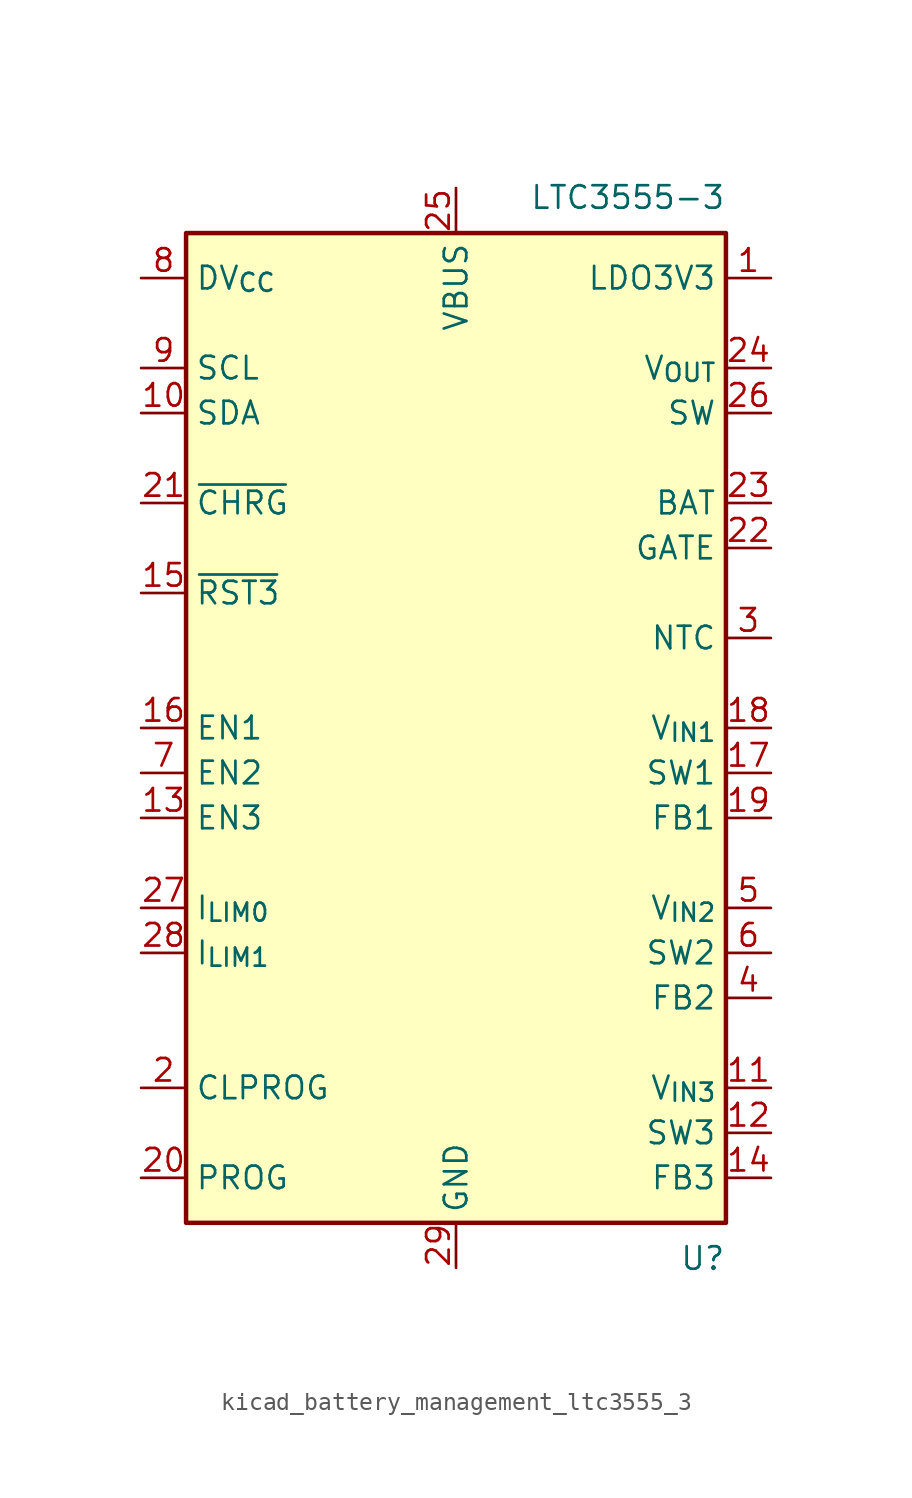
<source format=kicad_sym>
(kicad_symbol_lib
  (version 20220914)
  (generator kicad_symbol_editor)
  (symbol "kicad_battery_management_ltc3555_3"
    (property "Reference" "U"
      (at 15.24 -29.21 0)
      (effects (font (size 1.27 1.27)) (justify right top)))
    (property "Value" "LTC3555-3"
      (at 15.24 29.21 0)
      (effects (font (size 1.27 1.27)) (justify right bottom)))
    (symbol "kicad_battery_management_ltc3555_3_0_1"
      (rectangle (start -15.24 27.94) (end 15.24 -27.94) (stroke (width 0.254) (type default)) (fill (type background))))
    (symbol "kicad_battery_management_ltc3555_3_1_1"
      (pin power_out line (at 17.78 25.4 180) (length 2.54) (name "LDO3V3" (effects (font (size 1.27 1.27)))) (number "1" (effects (font (size 1.27 1.27)))))
      (pin bidirectional line (at -17.78 17.78 0) (length 2.54) (name "SDA" (effects (font (size 1.27 1.27)))) (number "10" (effects (font (size 1.27 1.27)))))
      (pin power_in line (at 17.78 -20.32 180) (length 2.54) (name "V_{IN3}" (effects (font (size 1.27 1.27)))) (number "11" (effects (font (size 1.27 1.27)))))
      (pin power_out line (at 17.78 -22.86 180) (length 2.54) (name "SW3" (effects (font (size 1.27 1.27)))) (number "12" (effects (font (size 1.27 1.27)))))
      (pin input line (at -17.78 -5.08 0) (length 2.54) (name "EN3" (effects (font (size 1.27 1.27)))) (number "13" (effects (font (size 1.27 1.27)))))
      (pin input line (at 17.78 -25.4 180) (length 2.54) (name "FB3" (effects (font (size 1.27 1.27)))) (number "14" (effects (font (size 1.27 1.27)))))
      (pin open_collector line (at -17.78 7.62 0) (length 2.54) (name "~{RST3}" (effects (font (size 1.27 1.27)))) (number "15" (effects (font (size 1.27 1.27)))))
      (pin input line (at -17.78 0 0) (length 2.54) (name "EN1" (effects (font (size 1.27 1.27)))) (number "16" (effects (font (size 1.27 1.27)))))
      (pin power_out line (at 17.78 -2.54 180) (length 2.54) (name "SW1" (effects (font (size 1.27 1.27)))) (number "17" (effects (font (size 1.27 1.27)))))
      (pin power_in line (at 17.78 0 180) (length 2.54) (name "V_{IN1}" (effects (font (size 1.27 1.27)))) (number "18" (effects (font (size 1.27 1.27)))))
      (pin input line (at 17.78 -5.08 180) (length 2.54) (name "FB1" (effects (font (size 1.27 1.27)))) (number "19" (effects (font (size 1.27 1.27)))))
      (pin passive line (at -17.78 -20.32 0) (length 2.54) (name "CLPROG" (effects (font (size 1.27 1.27)))) (number "2" (effects (font (size 1.27 1.27)))))
      (pin passive line (at -17.78 -25.4 0) (length 2.54) (name "PROG" (effects (font (size 1.27 1.27)))) (number "20" (effects (font (size 1.27 1.27)))))
      (pin open_collector line (at -17.78 12.7 0) (length 2.54) (name "~{CHRG}" (effects (font (size 1.27 1.27)))) (number "21" (effects (font (size 1.27 1.27)))))
      (pin output line (at 17.78 10.16 180) (length 2.54) (name "GATE" (effects (font (size 1.27 1.27)))) (number "22" (effects (font (size 1.27 1.27)))))
      (pin power_out line (at 17.78 12.7 180) (length 2.54) (name "BAT" (effects (font (size 1.27 1.27)))) (number "23" (effects (font (size 1.27 1.27)))))
      (pin power_out line (at 17.78 20.32 180) (length 2.54) (name "V_{OUT}" (effects (font (size 1.27 1.27)))) (number "24" (effects (font (size 1.27 1.27)))))
      (pin power_in line (at 0 30.48 270) (length 2.54) (name "VBUS" (effects (font (size 1.27 1.27)))) (number "25" (effects (font (size 1.27 1.27)))))
      (pin power_out line (at 17.78 17.78 180) (length 2.54) (name "SW" (effects (font (size 1.27 1.27)))) (number "26" (effects (font (size 1.27 1.27)))))
      (pin input line (at -17.78 -10.16 0) (length 2.54) (name "I_{LIM0}" (effects (font (size 1.27 1.27)))) (number "27" (effects (font (size 1.27 1.27)))))
      (pin input line (at -17.78 -12.7 0) (length 2.54) (name "I_{LIM1}" (effects (font (size 1.27 1.27)))) (number "28" (effects (font (size 1.27 1.27)))))
      (pin power_in line (at 0 -30.48 90) (length 2.54) (name "GND" (effects (font (size 1.27 1.27)))) (number "29" (effects (font (size 1.27 1.27)))))
      (pin passive line (at 17.78 5.08 180) (length 2.54) (name "NTC" (effects (font (size 1.27 1.27)))) (number "3" (effects (font (size 1.27 1.27)))))
      (pin input line (at 17.78 -15.24 180) (length 2.54) (name "FB2" (effects (font (size 1.27 1.27)))) (number "4" (effects (font (size 1.27 1.27)))))
      (pin power_in line (at 17.78 -10.16 180) (length 2.54) (name "V_{IN2}" (effects (font (size 1.27 1.27)))) (number "5" (effects (font (size 1.27 1.27)))))
      (pin power_out line (at 17.78 -12.7 180) (length 2.54) (name "SW2" (effects (font (size 1.27 1.27)))) (number "6" (effects (font (size 1.27 1.27)))))
      (pin input line (at -17.78 -2.54 0) (length 2.54) (name "EN2" (effects (font (size 1.27 1.27)))) (number "7" (effects (font (size 1.27 1.27)))))
      (pin power_in line (at -17.78 25.4 0) (length 2.54) (name "DV_{CC}" (effects (font (size 1.27 1.27)))) (number "8" (effects (font (size 1.27 1.27)))))
      (pin input line (at -17.78 20.32 0) (length 2.54) (name "SCL" (effects (font (size 1.27 1.27)))) (number "9" (effects (font (size 1.27 1.27))))))))
</source>
